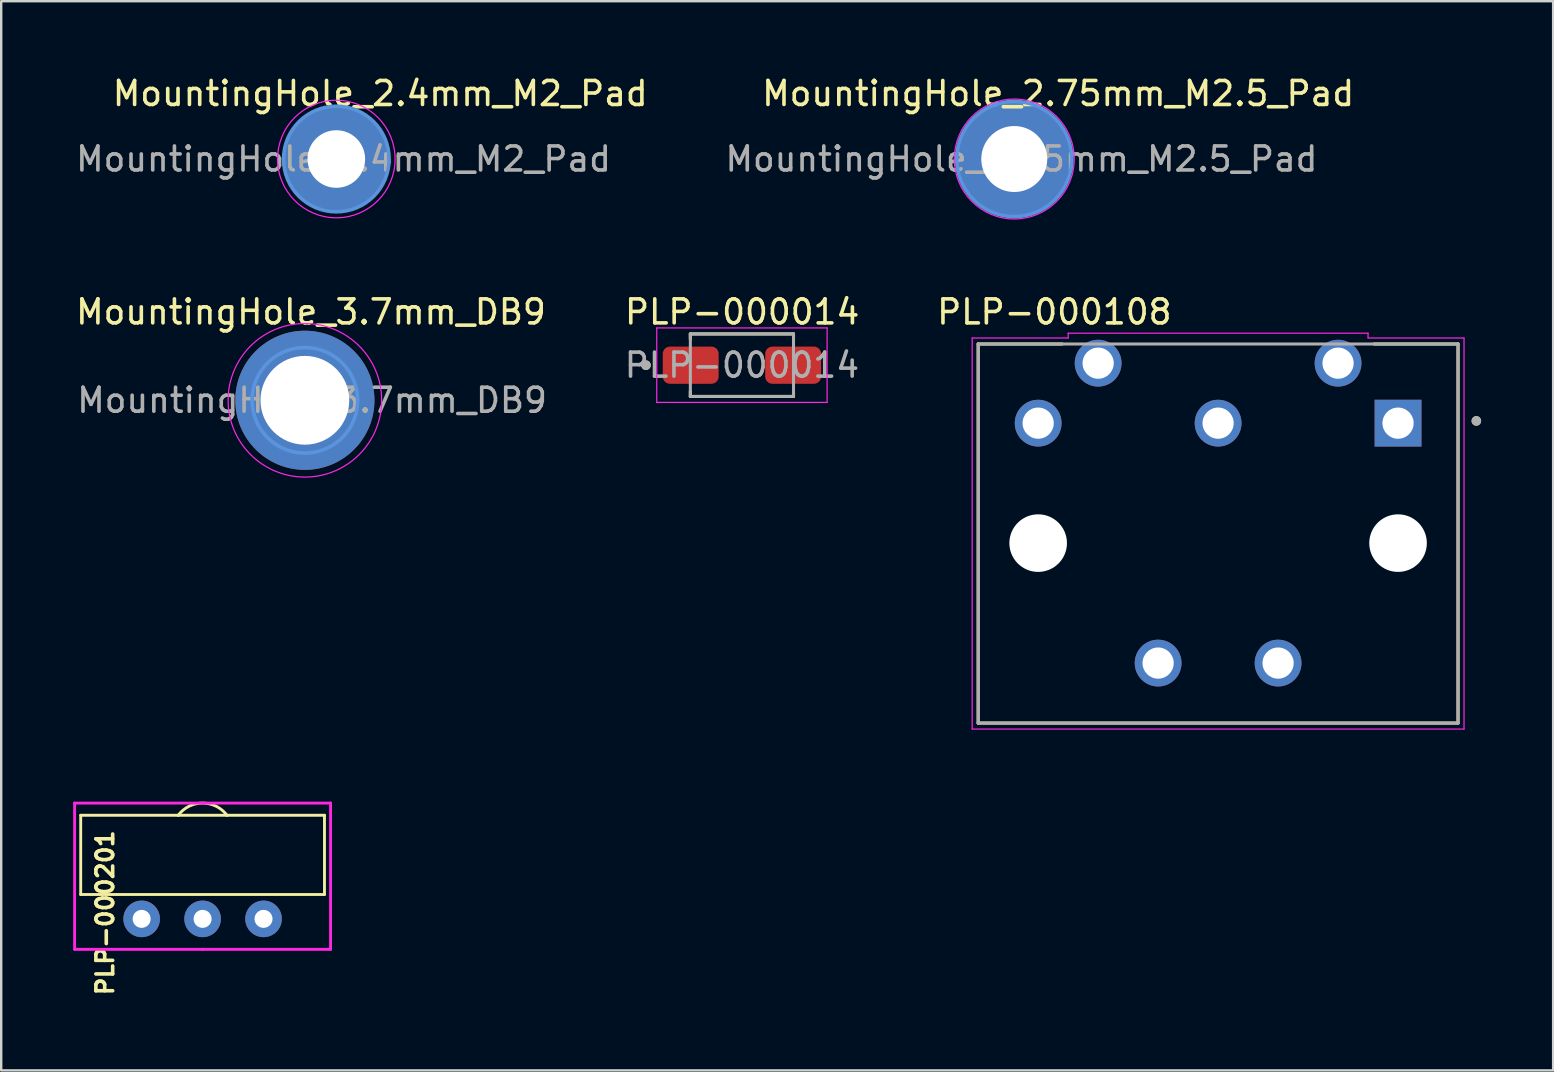
<source format=kicad_pcb>
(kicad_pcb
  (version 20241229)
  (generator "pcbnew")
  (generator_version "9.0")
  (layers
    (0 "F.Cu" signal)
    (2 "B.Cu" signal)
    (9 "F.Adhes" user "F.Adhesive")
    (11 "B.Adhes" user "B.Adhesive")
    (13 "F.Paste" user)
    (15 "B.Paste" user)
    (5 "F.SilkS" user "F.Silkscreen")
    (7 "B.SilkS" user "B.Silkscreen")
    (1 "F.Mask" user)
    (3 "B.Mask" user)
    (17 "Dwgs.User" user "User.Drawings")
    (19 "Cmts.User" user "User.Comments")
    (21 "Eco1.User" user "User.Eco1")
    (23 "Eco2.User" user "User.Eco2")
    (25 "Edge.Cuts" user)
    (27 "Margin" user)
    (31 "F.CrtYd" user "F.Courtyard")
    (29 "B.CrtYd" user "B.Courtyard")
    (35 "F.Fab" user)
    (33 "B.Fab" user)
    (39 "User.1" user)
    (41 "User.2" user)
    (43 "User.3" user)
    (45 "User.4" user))
  (footprint "MountingHole_3.7mm_DB9"
    (layer "F.Cu")
    (at 9.657 13.634)
    (property "Reference" "MountingHole_3.7mm_DB9" (at 0.254 -3.683 0) (layer "F.SilkS") (effects (font (size 1 1) (thickness 0.15))))
    (attr exclude_from_pos_files exclude_from_bom)
    (fp_circle (center 0 0) (end 2.2 0) (stroke (width 0.15) (type solid)) (fill no) (layer "Cmts.User"))
    (fp_circle (center 0 0) (end 3.2 0) (stroke (width 0.05) (type solid)) (fill no) (layer "F.CrtYd"))
    (fp_text user "${REFERENCE}" (at 0.3 0 0) (layer "F.Fab") (effects (font (size 1 1) (thickness 0.15))))
    (pad "1" thru_hole circle (at 0 0) (size 5.8 5.8) (drill 3.7) (layers "*.Cu" "*.Mask")))
  (footprint "PLP-000201"
    (layer "F.Cu")
    (at 5.394 35.248)
    (property "Reference" "PLP-000201" (at -4.064 -0.254 90) (layer "F.SilkS") (effects (font (size 0.7 0.7) (thickness 0.15))))
    (attr through_hole)
    (fp_line (start -5.08 -4.318) (end -5.08 -1.016) (stroke (width 0.12) (type solid)) (layer "F.SilkS"))
    (fp_line (start -5.08 -1.016) (end 5.08 -1.016) (stroke (width 0.12) (type solid)) (layer "F.SilkS"))
    (fp_line (start -1.016 -4.318) (end -5.08 -4.318) (stroke (width 0.12) (type solid)) (layer "F.SilkS"))
    (fp_line (start -1.016 -4.318) (end 1.016 -4.318) (stroke (width 0.12) (type solid)) (layer "F.SilkS"))
    (fp_line (start 5.08 -4.318) (end 1.016 -4.318) (stroke (width 0.12) (type solid)) (layer "F.SilkS"))
    (fp_line (start 5.08 -1.016) (end 5.08 -4.318) (stroke (width 0.12) (type solid)) (layer "F.SilkS"))
    (fp_arc (start -1.016 -4.318) (mid 0 -4.826) (end 1.016 -4.318) (stroke (width 0.12) (type solid)) (layer "F.SilkS"))
    (fp_line (start -5.334 -4.826) (end 5.334 -4.826) (stroke (width 0.12) (type solid)) (layer "F.CrtYd"))
    (fp_line (start -5.334 1.27) (end -5.334 -4.826) (stroke (width 0.12) (type solid)) (layer "F.CrtYd"))
    (fp_line (start 0 1.27) (end -5.334 1.27) (stroke (width 0.12) (type solid)) (layer "F.CrtYd"))
    (fp_line (start 5.334 -4.826) (end 5.334 1.27) (stroke (width 0.12) (type solid)) (layer "F.CrtYd"))
    (fp_line (start 5.334 1.27) (end 0 1.27) (stroke (width 0.12) (type solid)) (layer "F.CrtYd"))
    (pad "1" thru_hole circle (at 2.54 0) (size 1.524 1.524) (drill 0.75) (layers "*.Cu" "*.Mask"))
    (pad "2" thru_hole circle (at 0 0) (size 1.524 1.524) (drill 0.75) (layers "*.Cu" "*.Mask"))
    (pad "3" thru_hole circle (at -2.54 0) (size 1.524 1.524) (drill 0.75) (layers "*.Cu" "*.Mask")))
  (footprint "PLP-000014"
    (layer "F.Cu")
    (at 27.873 12.171)
    (property "Reference" "PLP-000014" (at 0.01 -2.22 0) (layer "F.SilkS") (effects (font (size 1 1) (thickness 0.15))))
    (attr smd)
    (fp_line (start -2.15 -1.302) (end 2.15 -1.302) (stroke (width 0.127) (type solid)) (layer "F.SilkS"))
    (fp_line (start -2.15 -1.09) (end -2.15 -1.302) (stroke (width 0.127) (type solid)) (layer "F.SilkS"))
    (fp_line (start -2.15 1.09) (end -2.15 1.302) (stroke (width 0.127) (type solid)) (layer "F.SilkS"))
    (fp_line (start -2.15 1.302) (end 2.15 1.302) (stroke (width 0.127) (type solid)) (layer "F.SilkS"))
    (fp_line (start 2.15 -1.302) (end 2.15 -1.09) (stroke (width 0.127) (type solid)) (layer "F.SilkS"))
    (fp_line (start 2.15 1.302) (end 2.15 1.09) (stroke (width 0.127) (type solid)) (layer "F.SilkS"))
    (fp_circle (center -4 0) (end -3.9 0) (stroke (width 0.2) (type solid)) (fill no) (layer "F.SilkS"))
    (fp_line (start -3.55 -1.552) (end 3.55 -1.552) (stroke (width 0.05) (type solid)) (layer "F.CrtYd"))
    (fp_line (start -3.55 1.552) (end -3.55 -1.552) (stroke (width 0.05) (type solid)) (layer "F.CrtYd"))
    (fp_line (start 3.55 -1.552) (end 3.55 1.552) (stroke (width 0.05) (type solid)) (layer "F.CrtYd"))
    (fp_line (start 3.55 1.552) (end -3.55 1.552) (stroke (width 0.05) (type solid)) (layer "F.CrtYd"))
    (fp_line (start -2.15 -1.302) (end 2.15 -1.302) (stroke (width 0.127) (type solid)) (layer "F.Fab"))
    (fp_line (start -2.15 1.302) (end -2.15 -1.302) (stroke (width 0.127) (type solid)) (layer "F.Fab"))
    (fp_line (start 2.15 -1.302) (end 2.15 1.302) (stroke (width 0.127) (type solid)) (layer "F.Fab"))
    (fp_line (start 2.15 1.302) (end -2.15 1.302) (stroke (width 0.127) (type solid)) (layer "F.Fab"))
    (fp_circle (center -4 0) (end -3.9 0) (stroke (width 0.2) (type solid)) (fill no) (layer "F.Fab"))
    (fp_text user "${REFERENCE}" (at 0 0 0) (layer "F.Fab") (effects (font (size 1 1) (thickness 0.15))))
    (pad "A" smd roundrect (at 2.135 0) (size 2.33 1.55) (layers "F.Cu" "F.Mask" "F.Paste") (roundrect_rratio 0.19))
    (pad "C" smd roundrect (at -2.135 0) (size 2.33 1.55) (layers "F.Cu" "F.Mask" "F.Paste") (roundrect_rratio 0.19)))
  (footprint "MountingHole_2.4mm_M2_Pad"
    (layer "F.Cu")
    (at 10.968 3.578)
    (property "Reference" "MountingHole_2.4mm_M2_Pad" (at 1.83 -2.73 0) (layer "F.SilkS") (effects (font (size 1 1) (thickness 0.15))))
    (attr exclude_from_pos_files exclude_from_bom)
    (fp_circle (center 0 0) (end 2.2 0) (stroke (width 0.15) (type solid)) (fill no) (layer "Cmts.User"))
    (fp_circle (center 0 0) (end 2.45 0) (stroke (width 0.05) (type solid)) (fill no) (layer "F.CrtYd"))
    (fp_text user "${REFERENCE}" (at 0.3 0 0) (layer "F.Fab") (effects (font (size 1 1) (thickness 0.15))))
    (pad "1" thru_hole circle (at 0 0) (size 4.4 4.4) (drill 2.4) (layers "*.Cu" "*.Mask")))
  (footprint "MountingHole_2.75mm_M2.5_Pad"
    (layer "F.Cu")
    (at 39.224 3.578)
    (property "Reference" "MountingHole_2.75mm_M2.5_Pad" (at 1.83 -2.73 0) (layer "F.SilkS") (effects (font (size 1 1) (thickness 0.15))))
    (attr exclude_from_pos_files exclude_from_bom)
    (fp_circle (center 0 0) (end 2.4 0) (stroke (width 0.15) (type solid)) (fill no) (layer "Cmts.User"))
    (fp_circle (center 0 0) (end 2.5 0) (stroke (width 0.05) (type solid)) (fill no) (layer "F.CrtYd"))
    (fp_text user "${REFERENCE}" (at 0.3 0 0) (layer "F.Fab") (effects (font (size 1 1) (thickness 0.15))))
    (pad "1" thru_hole circle (at 0 0) (size 4.75 4.75) (drill 2.75) (layers "*.Cu" "*.Mask")))
  (footprint "PLP-000108"
    (layer "F.Cu")
    (at 47.72 19.587)
    (property "Reference" "PLP-000108" (at -6.825 -9.635 0) (layer "F.SilkS") (effects (font (size 1 1) (thickness 0.15))))
    (attr through_hole)
    (fp_line (start -10 -8.3) (end -6.5 -8.3) (stroke (width 0.127) (type solid)) (layer "F.SilkS"))
    (fp_line (start -10 7.5) (end -10 -8.3) (stroke (width 0.127) (type solid)) (layer "F.SilkS"))
    (fp_line (start -10 7.5) (end 10 7.5) (stroke (width 0.127) (type solid)) (layer "F.SilkS"))
    (fp_line (start 6.5 -8.3) (end 10 -8.3) (stroke (width 0.127) (type solid)) (layer "F.SilkS"))
    (fp_line (start 10 -8.3) (end 10 7.5) (stroke (width 0.127) (type solid)) (layer "F.SilkS"))
    (fp_circle (center 10.764 -5.094) (end 10.864 -5.094) (stroke (width 0.2) (type solid)) (fill no) (layer "F.SilkS"))
    (fp_line (start -10.25 -8.55) (end -6.25 -8.55) (stroke (width 0.05) (type solid)) (layer "F.CrtYd"))
    (fp_line (start -10.25 7.75) (end -10.25 -8.55) (stroke (width 0.05) (type solid)) (layer "F.CrtYd"))
    (fp_line (start -6.25 -8.75) (end 6.25 -8.75) (stroke (width 0.05) (type solid)) (layer "F.CrtYd"))
    (fp_line (start -6.25 -8.55) (end -6.25 -8.75) (stroke (width 0.05) (type solid)) (layer "F.CrtYd"))
    (fp_line (start 6.25 -8.75) (end 6.25 -8.55) (stroke (width 0.05) (type solid)) (layer "F.CrtYd"))
    (fp_line (start 6.25 -8.55) (end 10.25 -8.55) (stroke (width 0.05) (type solid)) (layer "F.CrtYd"))
    (fp_line (start 10.25 -8.55) (end 10.25 7.75) (stroke (width 0.05) (type solid)) (layer "F.CrtYd"))
    (fp_line (start 10.25 7.75) (end -10.25 7.75) (stroke (width 0.05) (type solid)) (layer "F.CrtYd"))
    (fp_line (start -10 -8.3) (end 10 -8.3) (stroke (width 0.127) (type solid)) (layer "F.Fab"))
    (fp_line (start -10 7.5) (end -10 -8.3) (stroke (width 0.127) (type solid)) (layer "F.Fab"))
    (fp_line (start 10 -8.3) (end 10 7.5) (stroke (width 0.127) (type solid)) (layer "F.Fab"))
    (fp_line (start 10 7.5) (end -10 7.5) (stroke (width 0.127) (type solid)) (layer "F.Fab"))
    (fp_circle (center 10.764 -5.094) (end 10.864 -5.094) (stroke (width 0.2) (type solid)) (fill no) (layer "F.Fab"))
    (pad "" np_thru_hole circle (at -7.5 0) (size 2.4 2.4) (drill 2.4) (layers "*.Cu" "*.Mask"))
    (pad "" np_thru_hole circle (at 7.5 0) (size 2.4 2.4) (drill 2.4) (layers "*.Cu" "*.Mask"))
    (pad "1" thru_hole rect (at 7.5 -5) (size 1.95 1.95) (drill 1.3) (layers "*.Cu" "*.Mask"))
    (pad "2" thru_hole circle (at 0 -5) (size 1.95 1.95) (drill 1.3) (layers "*.Cu" "*.Mask"))
    (pad "3" thru_hole circle (at -7.5 -5) (size 1.95 1.95) (drill 1.3) (layers "*.Cu" "*.Mask"))
    (pad "4" thru_hole circle (at 5 -7.5) (size 1.95 1.95) (drill 1.3) (layers "*.Cu" "*.Mask"))
    (pad "5" thru_hole circle (at -5 -7.5) (size 1.95 1.95) (drill 1.3) (layers "*.Cu" "*.Mask"))
    (pad "E1" thru_hole circle (at -2.5 5) (size 1.95 1.95) (drill 1.3) (layers "*.Cu" "*.Mask"))
    (pad "E2" thru_hole circle (at 2.5 5) (size 1.95 1.95) (drill 1.3) (layers "*.Cu" "*.Mask")))
  (gr_rect
    (start -3 -3)
    (end 61.684 41.565)
    (stroke (width 0.1) (type default))
    (fill no)
    (layer "Edge.Cuts")))
</source>
